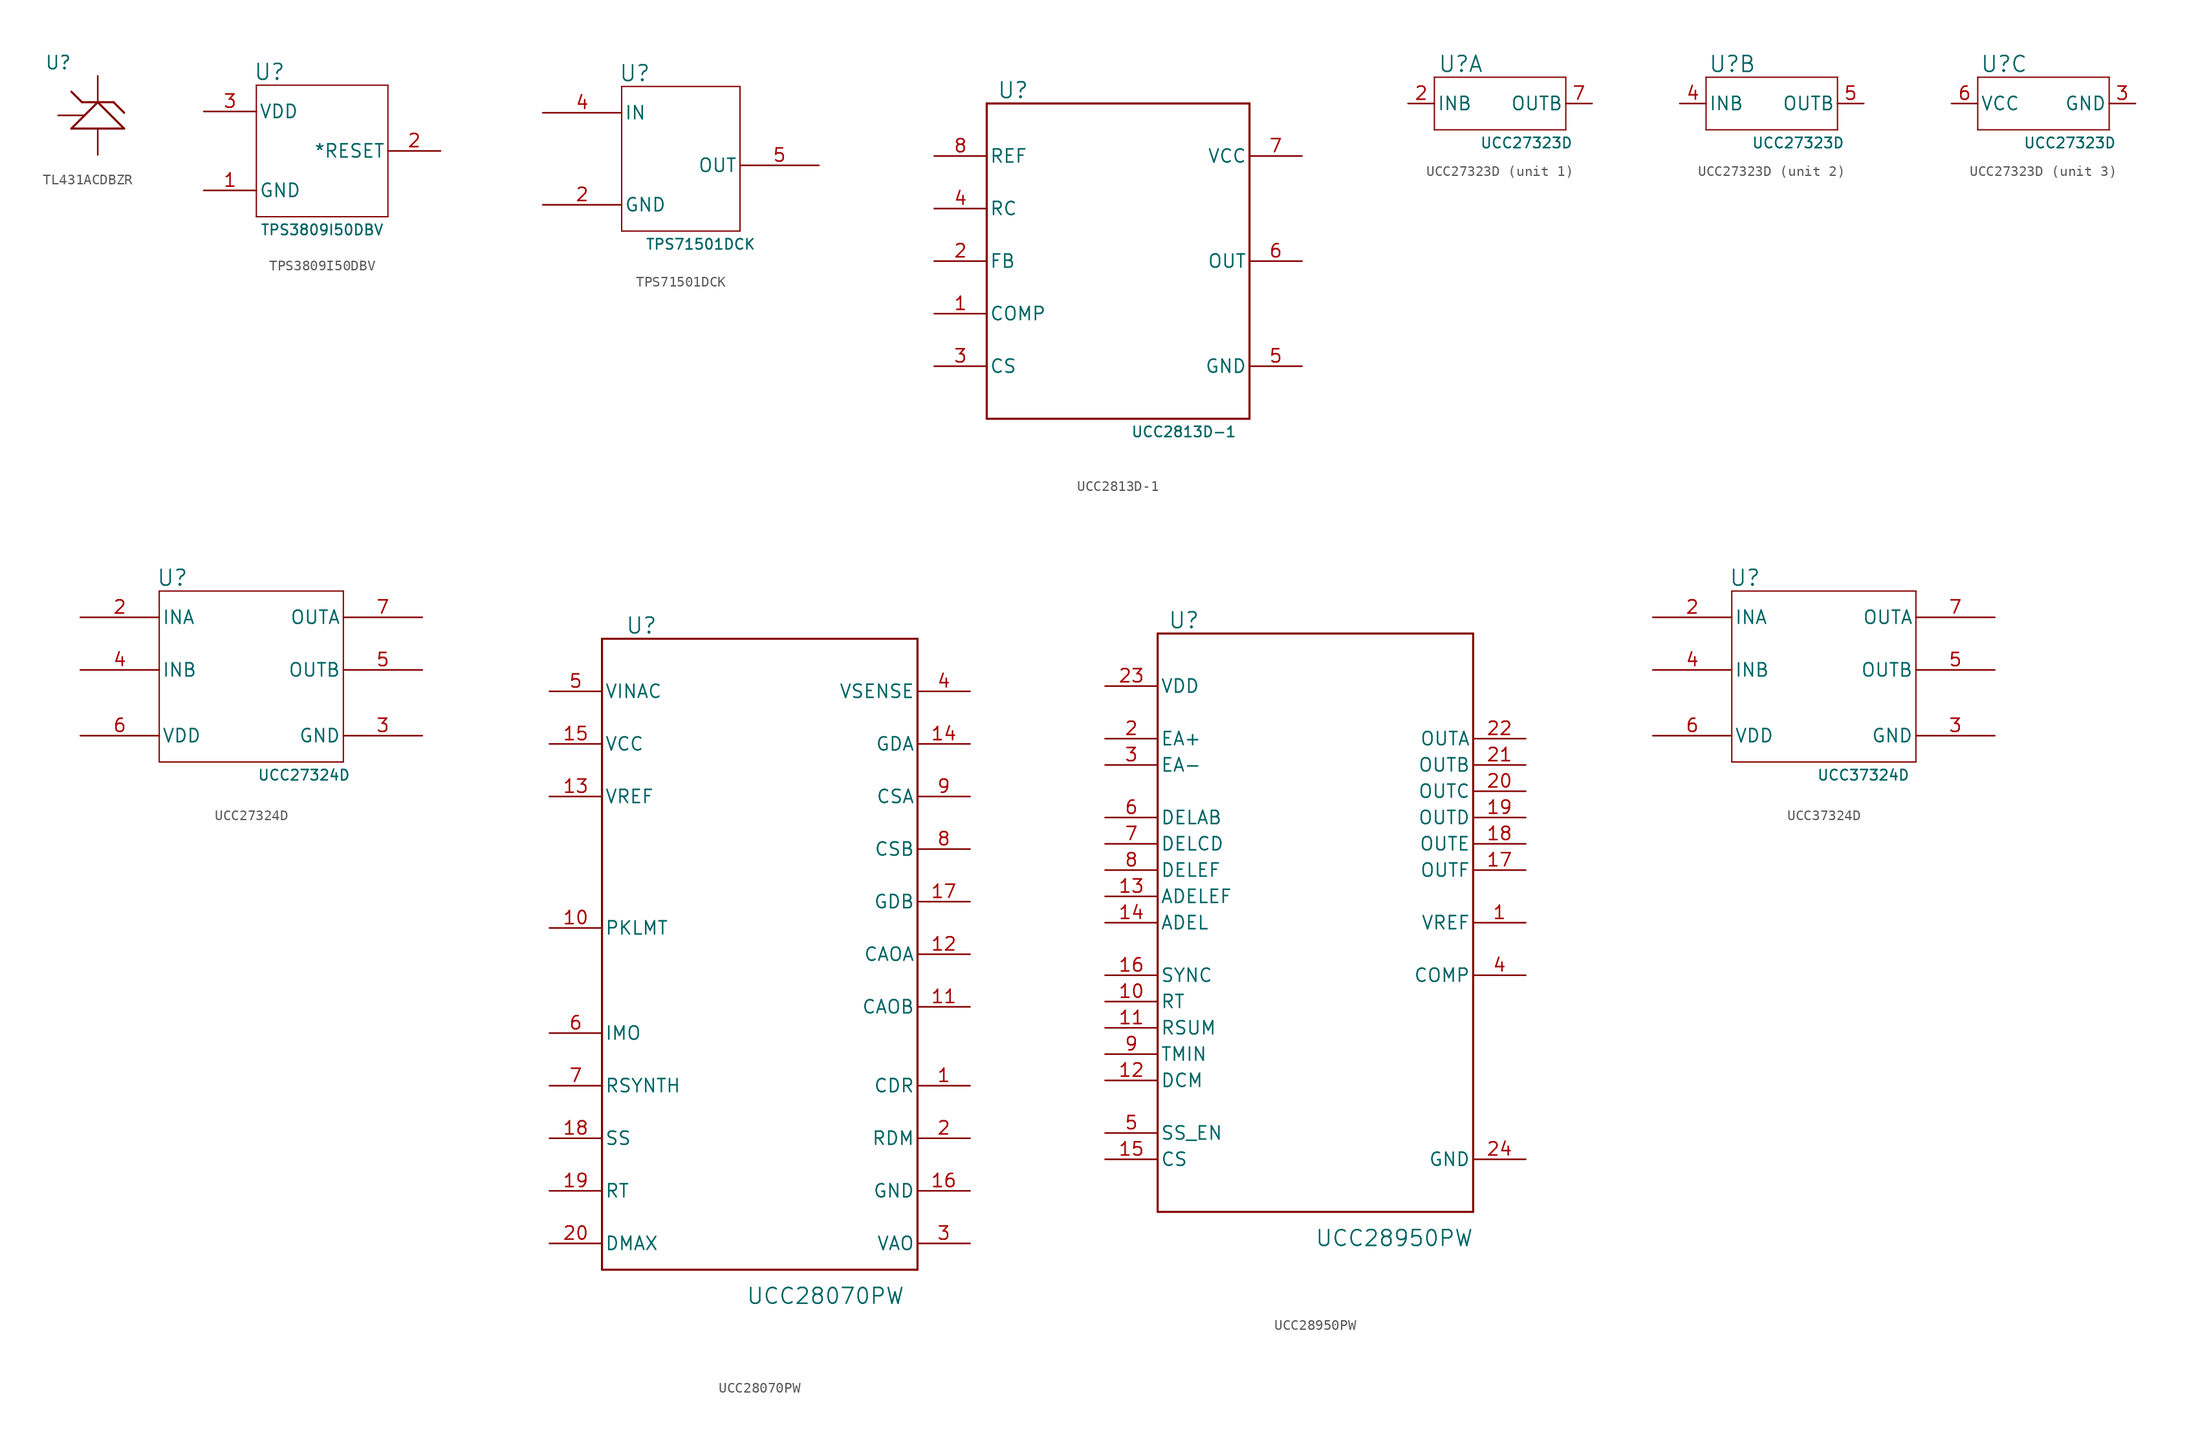
<source format=kicad_sym>
(kicad_symbol_lib
  (version 20220914)
  (generator kicad_symbol_editor)
  (symbol "TL431ACDBZR"
    (pin_names
      (offset 0.254))
    (property "Reference" "U"
      (at -3.81 3.81 0)
      (effects (font (size 1.27 1.27))))
    (symbol "TL431ACDBZR_0_1"
      (polyline (pts (xy -2.54 -2.54) (xy 0 0)) (stroke (width 0.203) (type default)) (fill (type none)))
      (polyline (pts (xy -2.54 1.016) (xy -1.524 0)) (stroke (width 0.203) (type default)) (fill (type none)))
      (polyline (pts (xy -1.524 0) (xy 1.524 0)) (stroke (width 0.203) (type default)) (fill (type none)))
      (polyline (pts (xy -1.27 -1.27) (xy -3.81 -1.27)) (stroke (width 0) (type default)) (fill (type none)))
      (polyline (pts (xy 0 -5.08) (xy 0 -2.54)) (stroke (width 0) (type default)) (fill (type none)))
      (polyline (pts (xy 0 0) (xy 0 2.54)) (stroke (width 0) (type default)) (fill (type none)))
      (polyline (pts (xy 0 0) (xy 2.54 -2.54)) (stroke (width 0.203) (type default)) (fill (type none)))
      (polyline (pts (xy 1.524 0) (xy 2.54 -1.016)) (stroke (width 0.203) (type default)) (fill (type none)))
      (polyline (pts (xy 2.54 -2.54) (xy -2.54 -2.54)) (stroke (width 0.203) (type default)) (fill (type none))))
    (symbol "TL431ACDBZR_1_1"
      (pin passive line (at 0 -5.08 90) (length 2.54) hide (name "" (effects (font (size 1.27 1.27)))) (number "2" (effects (font (size 1.27 1.27)))))
      (pin input line (at -3.81 -1.27 0) (length 2.54) hide (name "REF" (effects (font (size 1.27 1.27)))) (number "2" (effects (font (size 1.27 1.27)))))
      (pin passive line (at 0 2.54 270) (length 2.54) hide (name "" (effects (font (size 1.27 1.27)))) (number "3" (effects (font (size 1.27 1.27)))))))
  (symbol "TPS3809I50DBV"
    (pin_names
      (offset 0.254))
    (property "Reference" "U"
      (at 6.35 1.27 0)
      (effects (font (size 1.524 1.524))))
    (property "Value" "TPS3809I50DBV"
      (at 11.43 -13.97 0)
      (effects (font (size 1 1))))
    (symbol "TPS3809I50DBV_0_1"
      (polyline (pts (xy 5.08 -12.7) (xy 17.78 -12.7)) (stroke (width 0.127) (type default)) (fill (type none)))
      (polyline (pts (xy 5.08 0) (xy 5.08 -12.7)) (stroke (width 0.127) (type default)) (fill (type none)))
      (polyline (pts (xy 17.78 -12.7) (xy 17.78 0)) (stroke (width 0.127) (type default)) (fill (type none)))
      (polyline (pts (xy 17.78 0) (xy 5.08 0)) (stroke (width 0.127) (type default)) (fill (type none))))
    (symbol "TPS3809I50DBV_1_1"
      (pin power_in line (at 0 -10.16 0) (length 5.08) (name "GND" (effects (font (size 1.27 1.27)))) (number "1" (effects (font (size 1.27 1.27)))))
      (pin output line (at 22.86 -6.35 180) (length 5.08) (name "*RESET" (effects (font (size 1.27 1.27)))) (number "2" (effects (font (size 1.27 1.27)))))
      (pin power_in line (at 0 -2.54 0) (length 5.08) (name "VDD" (effects (font (size 1.27 1.27)))) (number "3" (effects (font (size 1.27 1.27)))))))
  (symbol "TPS71501DCK"
    (pin_names
      (offset 0.254))
    (property "Reference" "U"
      (at 8.89 1.27 0)
      (effects (font (size 1.524 1.524))))
    (property "Value" "TPS71501DCK"
      (at 15.24 -15.24 0)
      (effects (font (size 1 1))))
    (symbol "TPS71501DCK_0_1"
      (polyline (pts (xy 7.62 0) (xy 7.62 -13.97)) (stroke (width 0.127) (type default)) (fill (type none)))
      (polyline (pts (xy 19.05 -13.97) (xy 19.05 0)) (stroke (width 0.127) (type default)) (fill (type none)))
      (polyline (pts (xy 19.05 0) (xy 7.62 0)) (stroke (width 0.127) (type default)) (fill (type none)))
      (pin power_in line (at 0 -11.43 0) (length 7.62) (name "GND" (effects (font (size 1.27 1.27)))) (number "2" (effects (font (size 1.27 1.27))))))
    (symbol "TPS71501DCK_1_1"
      (polyline (pts (xy 7.62 -13.97) (xy 19.05 -13.97)) (stroke (width 0.127) (type default)) (fill (type none)))
      (pin power_in line (at 0 -2.54 0) (length 7.62) (name "IN" (effects (font (size 1.27 1.27)))) (number "4" (effects (font (size 1.27 1.27)))))
      (pin power_out line (at 26.67 -7.62 180) (length 7.62) (name "OUT" (effects (font (size 1.27 1.27)))) (number "5" (effects (font (size 1.27 1.27)))))))
  (symbol "UCC2813D-1"
    (pin_names
      (offset 0.254))
    (property "Reference" "U"
      (at -10.16 16.51 0)
      (effects (font (size 1.524 1.524))))
    (property "Value" "UCC2813D-1"
      (at 6.35 -16.51 0)
      (effects (font (size 1 1))))
    (symbol "UCC2813D-1_0_1"
      (polyline (pts (xy -12.7 -15.24) (xy 12.7 -15.24)) (stroke (width 0.203) (type default)) (fill (type none)))
      (polyline (pts (xy -12.7 15.24) (xy -12.7 -15.24)) (stroke (width 0.203) (type default)) (fill (type none)))
      (polyline (pts (xy 12.7 -15.24) (xy 12.7 15.24)) (stroke (width 0.203) (type default)) (fill (type none)))
      (polyline (pts (xy 12.7 15.24) (xy -12.7 15.24)) (stroke (width 0.203) (type default)) (fill (type none)))
      (pin output line (at -17.78 -5.08 0) (length 5.08) (name "COMP" (effects (font (size 1.27 1.27)))) (number "1" (effects (font (size 1.27 1.27)))))
      (pin input line (at -17.78 0 0) (length 5.08) (name "FB" (effects (font (size 1.27 1.27)))) (number "2" (effects (font (size 1.27 1.27)))))
      (pin input line (at -17.78 -10.16 0) (length 5.08) (name "CS" (effects (font (size 1.27 1.27)))) (number "3" (effects (font (size 1.27 1.27)))))
      (pin input line (at -17.78 5.08 0) (length 5.08) (name "RC" (effects (font (size 1.27 1.27)))) (number "4" (effects (font (size 1.27 1.27)))))
      (pin power_in line (at 17.78 -10.16 180) (length 5.08) (name "GND" (effects (font (size 1.27 1.27)))) (number "5" (effects (font (size 1.27 1.27)))))
      (pin output line (at 17.78 0 180) (length 5.08) (name "OUT" (effects (font (size 1.27 1.27)))) (number "6" (effects (font (size 1.27 1.27)))))
      (pin power_in line (at 17.78 10.16 180) (length 5.08) (name "VCC" (effects (font (size 1.27 1.27)))) (number "7" (effects (font (size 1.27 1.27)))))
      (pin power_in line (at -17.78 10.16 0) (length 5.08) (name "REF" (effects (font (size 1.27 1.27)))) (number "8" (effects (font (size 1.27 1.27)))))))
  (symbol "UCC27323D"
    (pin_names
      (offset 0.254))
    (property "Reference" "U"
      (at 5.08 1.27 0)
      (effects (font (size 1.524 1.524))))
    (property "Value" "UCC27323D"
      (at 11.43 -6.35 0)
      (effects (font (size 1 1))))
    (symbol "UCC27323D_0_1"
      (polyline (pts (xy 2.54 -5.08) (xy 15.24 -5.08)) (stroke (width 0.127) (type default)) (fill (type none)))
      (polyline (pts (xy 2.54 0) (xy 2.54 -5.08)) (stroke (width 0.127) (type default)) (fill (type none)))
      (polyline (pts (xy 15.24 -5.08) (xy 15.24 0)) (stroke (width 0.127) (type default)) (fill (type none)))
      (polyline (pts (xy 15.24 0) (xy 2.54 0)) (stroke (width 0.127) (type default)) (fill (type none))))
    (symbol "UCC27323D_1_1"
      (pin input line (at 0 -2.54 0) (length 2.54) (name "INB" (effects (font (size 1.27 1.27)))) (number "2" (effects (font (size 1.27 1.27)))))
      (pin output line (at 17.78 -2.54 180) (length 2.54) (name "OUTB" (effects (font (size 1.27 1.27)))) (number "7" (effects (font (size 1.27 1.27))))))
    (symbol "UCC27323D_2_1"
      (pin input line (at 0 -2.54 0) (length 2.54) (name "INB" (effects (font (size 1.27 1.27)))) (number "4" (effects (font (size 1.27 1.27)))))
      (pin output line (at 17.78 -2.54 180) (length 2.54) (name "OUTB" (effects (font (size 1.27 1.27)))) (number "5" (effects (font (size 1.27 1.27))))))
    (symbol "UCC27323D_3_1"
      (pin power_in line (at 17.78 -2.54 180) (length 2.54) (name "GND" (effects (font (size 1.27 1.27)))) (number "3" (effects (font (size 1.27 1.27)))))
      (pin power_in line (at 0 -2.54 0) (length 2.54) (name "VCC" (effects (font (size 1.27 1.27)))) (number "6" (effects (font (size 1.27 1.27)))))))
  (symbol "UCC27324D"
    (pin_names
      (offset 0.254))
    (property "Reference" "U"
      (at 8.89 1.27 0)
      (effects (font (size 1.524 1.524))))
    (property "Value" "UCC27324D"
      (at 21.59 -17.78 0)
      (effects (font (size 1 1))))
    (symbol "UCC27324D_0_1"
      (polyline (pts (xy 7.62 -16.51) (xy 25.4 -16.51)) (stroke (width 0.127) (type default)) (fill (type none)))
      (polyline (pts (xy 7.62 0) (xy 7.62 -16.51)) (stroke (width 0.127) (type default)) (fill (type none)))
      (polyline (pts (xy 25.4 -16.51) (xy 25.4 0)) (stroke (width 0.127) (type default)) (fill (type none)))
      (polyline (pts (xy 25.4 0) (xy 7.62 0)) (stroke (width 0.127) (type default)) (fill (type none)))
      (pin input line (at 0 -2.54 0) (length 7.62) (name "INA" (effects (font (size 1.27 1.27)))) (number "2" (effects (font (size 1.27 1.27)))))
      (pin input line (at 0 -7.62 0) (length 7.62) (name "INB" (effects (font (size 1.27 1.27)))) (number "4" (effects (font (size 1.27 1.27)))))
      (pin output line (at 33.02 -7.62 180) (length 7.62) (name "OUTB" (effects (font (size 1.27 1.27)))) (number "5" (effects (font (size 1.27 1.27)))))
      (pin power_in line (at 0 -13.97 0) (length 7.62) (name "VDD" (effects (font (size 1.27 1.27)))) (number "6" (effects (font (size 1.27 1.27)))))
      (pin output line (at 33.02 -2.54 180) (length 7.62) (name "OUTA" (effects (font (size 1.27 1.27)))) (number "7" (effects (font (size 1.27 1.27))))))
    (symbol "UCC27324D_1_1"
      (pin power_in line (at 33.02 -13.97 180) (length 7.62) (name "GND" (effects (font (size 1.27 1.27)))) (number "3" (effects (font (size 1.27 1.27)))))))
  (symbol "UCC28070PW"
    (pin_names
      (offset 0.254))
    (property "Reference" "U"
      (at -11.43 31.75 0)
      (effects (font (size 1.524 1.524))))
    (property "Value" "UCC28070PW"
      (at 6.35 -33.02 0)
      (effects (font (size 1.524 1.524))))
    (symbol "UCC28070PW_0_1"
      (polyline (pts (xy -15.24 -30.48) (xy 15.24 -30.48)) (stroke (width 0.203) (type default)) (fill (type none)))
      (polyline (pts (xy -15.24 30.48) (xy -15.24 -30.48)) (stroke (width 0.203) (type default)) (fill (type none)))
      (polyline (pts (xy 15.24 -30.48) (xy 15.24 30.48)) (stroke (width 0.203) (type default)) (fill (type none)))
      (polyline (pts (xy 15.24 30.48) (xy -15.24 30.48)) (stroke (width 0.203) (type default)) (fill (type none)))
      (pin input line (at 20.32 -12.7 180) (length 5.08) (name "CDR" (effects (font (size 1.27 1.27)))) (number "1" (effects (font (size 1.27 1.27)))))
      (pin input line (at -20.32 2.54 0) (length 5.08) (name "PKLMT" (effects (font (size 1.27 1.27)))) (number "10" (effects (font (size 1.27 1.27)))))
      (pin output line (at 20.32 -5.08 180) (length 5.08) (name "CAOB" (effects (font (size 1.27 1.27)))) (number "11" (effects (font (size 1.27 1.27)))))
      (pin output line (at 20.32 0 180) (length 5.08) (name "CAOA" (effects (font (size 1.27 1.27)))) (number "12" (effects (font (size 1.27 1.27)))))
      (pin output line (at -20.32 15.24 0) (length 5.08) (name "VREF" (effects (font (size 1.27 1.27)))) (number "13" (effects (font (size 1.27 1.27)))))
      (pin output line (at 20.32 20.32 180) (length 5.08) (name "GDA" (effects (font (size 1.27 1.27)))) (number "14" (effects (font (size 1.27 1.27)))))
      (pin power_in line (at -20.32 20.32 0) (length 5.08) (name "VCC" (effects (font (size 1.27 1.27)))) (number "15" (effects (font (size 1.27 1.27)))))
      (pin power_in line (at 20.32 -22.86 180) (length 5.08) (name "GND" (effects (font (size 1.27 1.27)))) (number "16" (effects (font (size 1.27 1.27)))))
      (pin output line (at 20.32 5.08 180) (length 5.08) (name "GDB" (effects (font (size 1.27 1.27)))) (number "17" (effects (font (size 1.27 1.27)))))
      (pin input line (at -20.32 -17.78 0) (length 5.08) (name "SS" (effects (font (size 1.27 1.27)))) (number "18" (effects (font (size 1.27 1.27)))))
      (pin input line (at -20.32 -22.86 0) (length 5.08) (name "RT" (effects (font (size 1.27 1.27)))) (number "19" (effects (font (size 1.27 1.27)))))
      (pin input line (at 20.32 -17.78 180) (length 5.08) (name "RDM" (effects (font (size 1.27 1.27)))) (number "2" (effects (font (size 1.27 1.27)))))
      (pin input line (at -20.32 -27.94 0) (length 5.08) (name "DMAX" (effects (font (size 1.27 1.27)))) (number "20" (effects (font (size 1.27 1.27)))))
      (pin output line (at 20.32 -27.94 180) (length 5.08) (name "VAO" (effects (font (size 1.27 1.27)))) (number "3" (effects (font (size 1.27 1.27)))))
      (pin input line (at 20.32 25.4 180) (length 5.08) (name "VSENSE" (effects (font (size 1.27 1.27)))) (number "4" (effects (font (size 1.27 1.27)))))
      (pin input line (at -20.32 25.4 0) (length 5.08) (name "VINAC" (effects (font (size 1.27 1.27)))) (number "5" (effects (font (size 1.27 1.27)))))
      (pin output line (at -20.32 -7.62 0) (length 5.08) (name "IMO" (effects (font (size 1.27 1.27)))) (number "6" (effects (font (size 1.27 1.27)))))
      (pin input line (at -20.32 -12.7 0) (length 5.08) (name "RSYNTH" (effects (font (size 1.27 1.27)))) (number "7" (effects (font (size 1.27 1.27)))))
      (pin input line (at 20.32 10.16 180) (length 5.08) (name "CSB" (effects (font (size 1.27 1.27)))) (number "8" (effects (font (size 1.27 1.27)))))
      (pin input line (at 20.32 15.24 180) (length 5.08) (name "CSA" (effects (font (size 1.27 1.27)))) (number "9" (effects (font (size 1.27 1.27)))))))
  (symbol "UCC28950PW"
    (pin_names
      (offset 0.254))
    (property "Reference" "U"
      (at -12.7 29.21 0)
      (effects (font (size 1.524 1.524))))
    (property "Value" "UCC28950PW"
      (at 7.62 -30.48 0)
      (effects (font (size 1.524 1.524))))
    (symbol "UCC28950PW_0_1"
      (polyline (pts (xy -15.24 -27.94) (xy 15.24 -27.94)) (stroke (width 0.203) (type default)) (fill (type none)))
      (polyline (pts (xy -15.24 27.94) (xy -15.24 -27.94)) (stroke (width 0.203) (type default)) (fill (type none)))
      (polyline (pts (xy 15.24 -27.94) (xy 15.24 27.94)) (stroke (width 0.203) (type default)) (fill (type none)))
      (polyline (pts (xy 15.24 27.94) (xy -15.24 27.94)) (stroke (width 0.203) (type default)) (fill (type none)))
      (pin output line (at 20.32 0 180) (length 5.08) (name "VREF" (effects (font (size 1.27 1.27)))) (number "1" (effects (font (size 1.27 1.27)))))
      (pin input line (at -20.32 -7.62 0) (length 5.08) (name "RT" (effects (font (size 1.27 1.27)))) (number "10" (effects (font (size 1.27 1.27)))))
      (pin input line (at -20.32 -10.16 0) (length 5.08) (name "RSUM" (effects (font (size 1.27 1.27)))) (number "11" (effects (font (size 1.27 1.27)))))
      (pin input line (at -20.32 -15.24 0) (length 5.08) (name "DCM" (effects (font (size 1.27 1.27)))) (number "12" (effects (font (size 1.27 1.27)))))
      (pin input line (at -20.32 2.54 0) (length 5.08) (name "ADELEF" (effects (font (size 1.27 1.27)))) (number "13" (effects (font (size 1.27 1.27)))))
      (pin input line (at -20.32 0 0) (length 5.08) (name "ADEL" (effects (font (size 1.27 1.27)))) (number "14" (effects (font (size 1.27 1.27)))))
      (pin input line (at -20.32 -22.86 0) (length 5.08) (name "CS" (effects (font (size 1.27 1.27)))) (number "15" (effects (font (size 1.27 1.27)))))
      (pin bidirectional line (at -20.32 -5.08 0) (length 5.08) (name "SYNC" (effects (font (size 1.27 1.27)))) (number "16" (effects (font (size 1.27 1.27)))))
      (pin output line (at 20.32 5.08 180) (length 5.08) (name "OUTF" (effects (font (size 1.27 1.27)))) (number "17" (effects (font (size 1.27 1.27)))))
      (pin output line (at 20.32 7.62 180) (length 5.08) (name "OUTE" (effects (font (size 1.27 1.27)))) (number "18" (effects (font (size 1.27 1.27)))))
      (pin output line (at 20.32 10.16 180) (length 5.08) (name "OUTD" (effects (font (size 1.27 1.27)))) (number "19" (effects (font (size 1.27 1.27)))))
      (pin input line (at -20.32 17.78 0) (length 5.08) (name "EA+" (effects (font (size 1.27 1.27)))) (number "2" (effects (font (size 1.27 1.27)))))
      (pin output line (at 20.32 12.7 180) (length 5.08) (name "OUTC" (effects (font (size 1.27 1.27)))) (number "20" (effects (font (size 1.27 1.27)))))
      (pin output line (at 20.32 15.24 180) (length 5.08) (name "OUTB" (effects (font (size 1.27 1.27)))) (number "21" (effects (font (size 1.27 1.27)))))
      (pin output line (at 20.32 17.78 180) (length 5.08) (name "OUTA" (effects (font (size 1.27 1.27)))) (number "22" (effects (font (size 1.27 1.27)))))
      (pin power_in line (at -20.32 22.86 0) (length 5.08) (name "VDD" (effects (font (size 1.27 1.27)))) (number "23" (effects (font (size 1.27 1.27)))))
      (pin power_in line (at 20.32 -22.86 180) (length 5.08) (name "GND" (effects (font (size 1.27 1.27)))) (number "24" (effects (font (size 1.27 1.27)))))
      (pin input line (at -20.32 15.24 0) (length 5.08) (name "EA-" (effects (font (size 1.27 1.27)))) (number "3" (effects (font (size 1.27 1.27)))))
      (pin bidirectional line (at 20.32 -5.08 180) (length 5.08) (name "COMP" (effects (font (size 1.27 1.27)))) (number "4" (effects (font (size 1.27 1.27)))))
      (pin input line (at -20.32 -20.32 0) (length 5.08) (name "SS_EN" (effects (font (size 1.27 1.27)))) (number "5" (effects (font (size 1.27 1.27)))))
      (pin input line (at -20.32 10.16 0) (length 5.08) (name "DELAB" (effects (font (size 1.27 1.27)))) (number "6" (effects (font (size 1.27 1.27)))))
      (pin input line (at -20.32 7.62 0) (length 5.08) (name "DELCD" (effects (font (size 1.27 1.27)))) (number "7" (effects (font (size 1.27 1.27)))))
      (pin input line (at -20.32 5.08 0) (length 5.08) (name "DELEF" (effects (font (size 1.27 1.27)))) (number "8" (effects (font (size 1.27 1.27)))))
      (pin input line (at -20.32 -12.7 0) (length 5.08) (name "TMIN" (effects (font (size 1.27 1.27)))) (number "9" (effects (font (size 1.27 1.27)))))))
  (symbol "UCC37324D"
    (pin_names
      (offset 0.254))
    (property "Reference" "U"
      (at 8.89 1.27 0)
      (effects (font (size 1.524 1.524))))
    (property "Value" "UCC37324D"
      (at 20.32 -17.78 0)
      (effects (font (size 1 1))))
    (symbol "UCC37324D_0_1"
      (polyline (pts (xy 7.62 -16.51) (xy 25.4 -16.51)) (stroke (width 0.127) (type default)) (fill (type none)))
      (polyline (pts (xy 7.62 0) (xy 7.62 -16.51)) (stroke (width 0.127) (type default)) (fill (type none)))
      (polyline (pts (xy 25.4 -16.51) (xy 25.4 0)) (stroke (width 0.127) (type default)) (fill (type none)))
      (polyline (pts (xy 25.4 0) (xy 7.62 0)) (stroke (width 0.127) (type default)) (fill (type none)))
      (pin input line (at 0 -2.54 0) (length 7.62) (name "INA" (effects (font (size 1.27 1.27)))) (number "2" (effects (font (size 1.27 1.27)))))
      (pin input line (at 0 -7.62 0) (length 7.62) (name "INB" (effects (font (size 1.27 1.27)))) (number "4" (effects (font (size 1.27 1.27)))))
      (pin output line (at 33.02 -7.62 180) (length 7.62) (name "OUTB" (effects (font (size 1.27 1.27)))) (number "5" (effects (font (size 1.27 1.27)))))
      (pin power_in line (at 0 -13.97 0) (length 7.62) (name "VDD" (effects (font (size 1.27 1.27)))) (number "6" (effects (font (size 1.27 1.27)))))
      (pin output line (at 33.02 -2.54 180) (length 7.62) (name "OUTA" (effects (font (size 1.27 1.27)))) (number "7" (effects (font (size 1.27 1.27))))))
    (symbol "UCC37324D_1_1"
      (pin power_in line (at 33.02 -13.97 180) (length 7.62) (name "GND" (effects (font (size 1.27 1.27)))) (number "3" (effects (font (size 1.27 1.27))))))))
</source>
